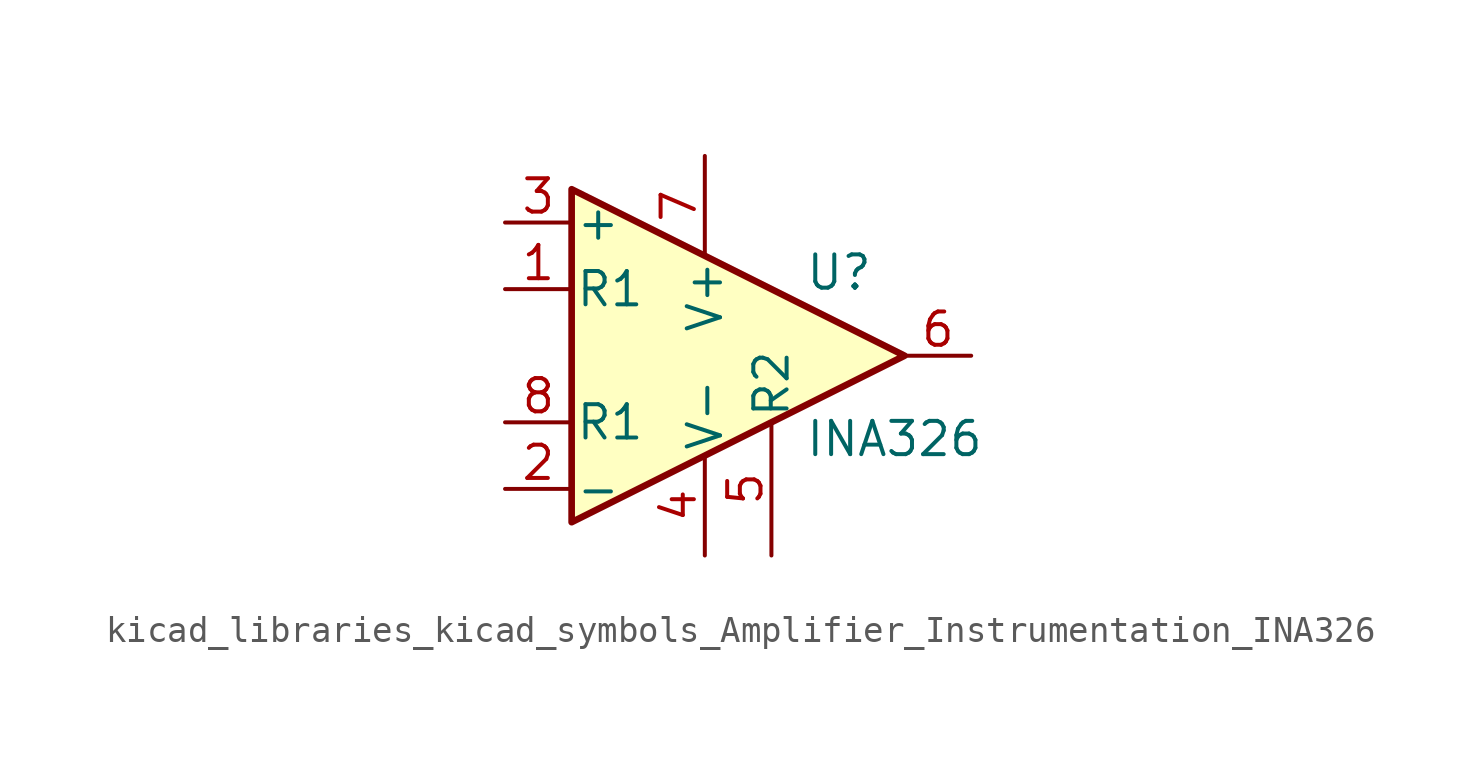
<source format=kicad_sym>
(kicad_symbol_lib
  (version 20220914)
  (generator kicad_symbol_editor)
  (symbol "kicad_libraries_kicad_symbols_Amplifier_Instrumentation_INA326"
    (pin_names
      (offset 0.127))
    (property "Reference" "U"
      (at 3.81 3.175 0)
      (effects (font (size 1.27 1.27)) (justify left)))
    (property "Value" "INA326"
      (at 3.81 -3.175 0)
      (effects (font (size 1.27 1.27)) (justify left)))
    (symbol "kicad_libraries_kicad_symbols_Amplifier_Instrumentation_INA326_0_1"
      (polyline (pts (xy 7.62 0) (xy -5.08 6.35) (xy -5.08 -6.35) (xy 7.62 0)) (stroke (width 0.254) (type default)) (fill (type background))))
    (symbol "kicad_libraries_kicad_symbols_Amplifier_Instrumentation_INA326_1_1"
      (pin passive line (at -7.62 2.54 0) (length 2.54) (name "R1" (effects (font (size 1.27 1.27)))) (number "1" (effects (font (size 1.27 1.27)))))
      (pin input line (at -7.62 -5.08 0) (length 2.54) (name "-" (effects (font (size 1.27 1.27)))) (number "2" (effects (font (size 1.27 1.27)))))
      (pin input line (at -7.62 5.08 0) (length 2.54) (name "+" (effects (font (size 1.27 1.27)))) (number "3" (effects (font (size 1.27 1.27)))))
      (pin power_in line (at 0 -7.62 90) (length 3.81) (name "V-" (effects (font (size 1.27 1.27)))) (number "4" (effects (font (size 1.27 1.27)))))
      (pin input line (at 2.54 -7.62 90) (length 5.08) (name "R2" (effects (font (size 1.27 1.27)))) (number "5" (effects (font (size 1.27 1.27)))))
      (pin output line (at 10.16 0 180) (length 2.54) (name "~" (effects (font (size 1.27 1.27)))) (number "6" (effects (font (size 1.27 1.27)))))
      (pin power_in line (at 0 7.62 270) (length 3.81) (name "V+" (effects (font (size 1.27 1.27)))) (number "7" (effects (font (size 1.27 1.27)))))
      (pin passive line (at -7.62 -2.54 0) (length 2.54) (name "R1" (effects (font (size 1.27 1.27)))) (number "8" (effects (font (size 1.27 1.27))))))))
</source>
